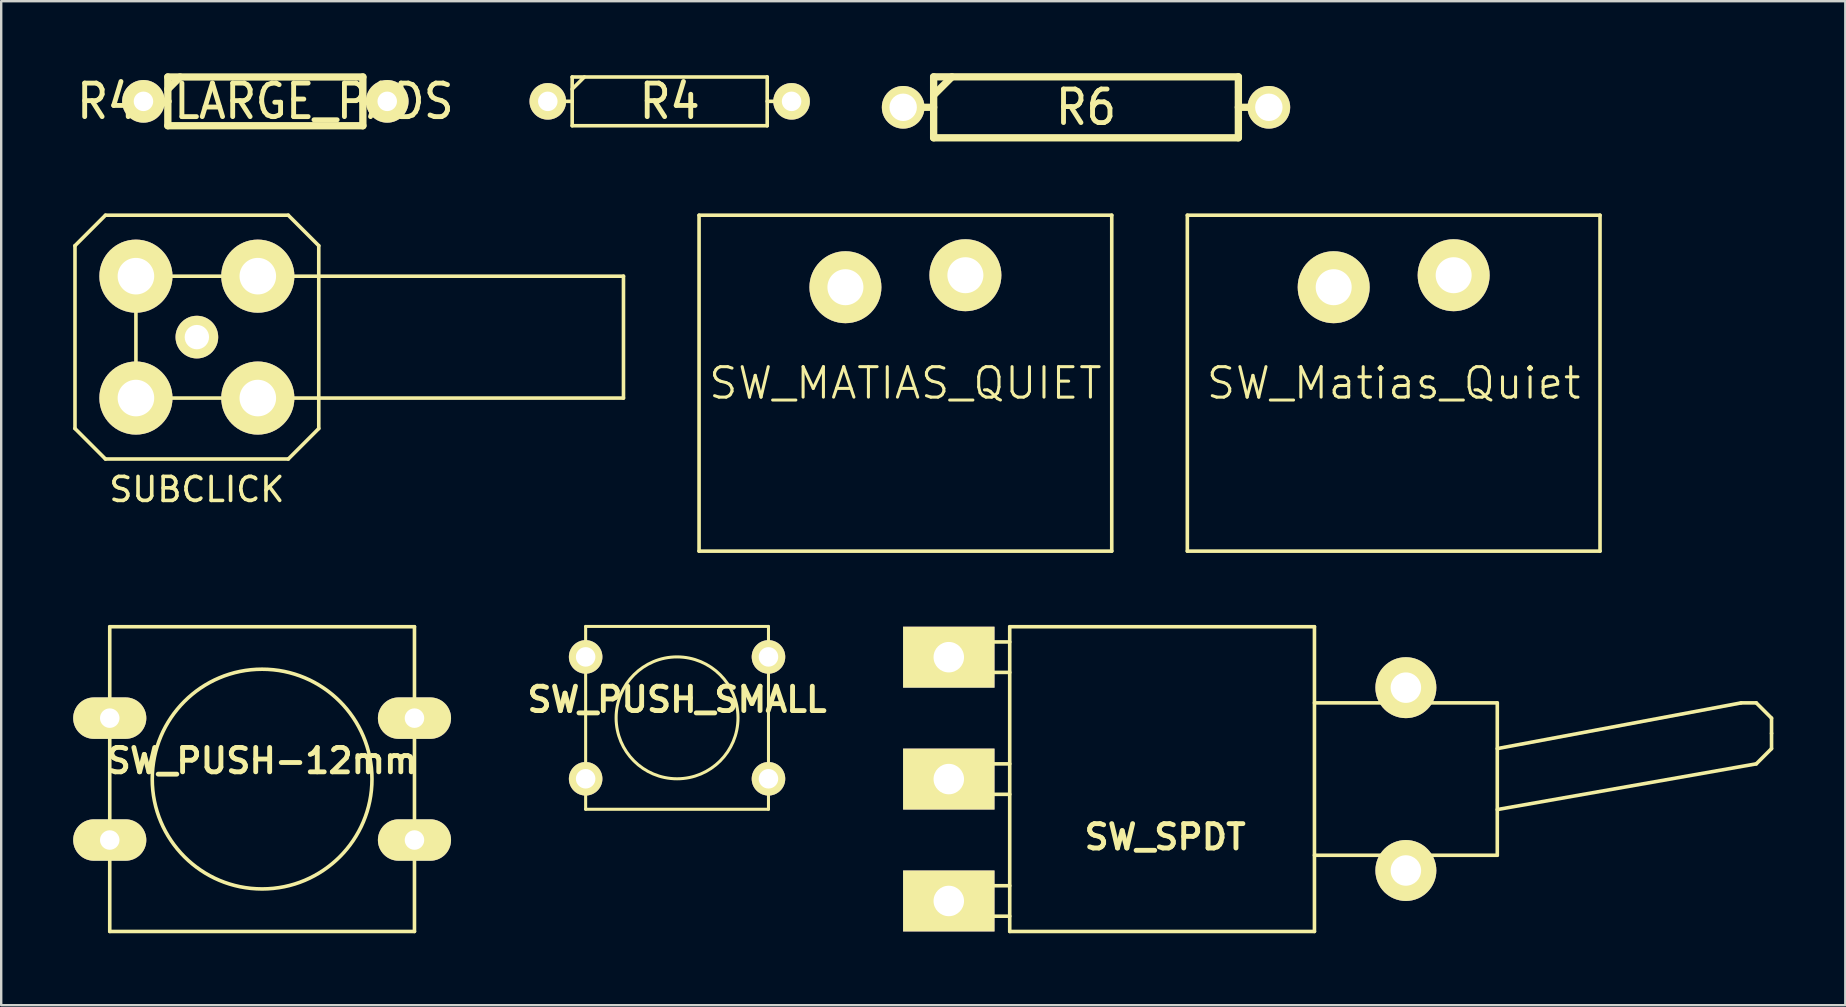
<source format=kicad_pcb>
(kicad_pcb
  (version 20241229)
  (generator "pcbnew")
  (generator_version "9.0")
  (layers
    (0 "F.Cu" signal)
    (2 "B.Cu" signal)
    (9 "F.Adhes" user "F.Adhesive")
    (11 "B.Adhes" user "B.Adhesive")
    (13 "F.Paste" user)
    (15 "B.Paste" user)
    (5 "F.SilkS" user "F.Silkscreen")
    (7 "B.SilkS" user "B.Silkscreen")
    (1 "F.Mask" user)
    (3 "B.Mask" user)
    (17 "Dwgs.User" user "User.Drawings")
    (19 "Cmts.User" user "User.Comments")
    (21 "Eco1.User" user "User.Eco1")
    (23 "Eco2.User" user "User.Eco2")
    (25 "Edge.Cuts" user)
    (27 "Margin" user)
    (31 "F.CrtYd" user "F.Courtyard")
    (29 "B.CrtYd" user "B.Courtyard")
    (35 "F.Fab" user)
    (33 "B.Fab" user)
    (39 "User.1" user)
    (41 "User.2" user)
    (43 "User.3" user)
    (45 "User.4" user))
  (footprint "R4"
    (layer "F.Cu")
    (at 24.861 1.174)
    (property "Reference" "R4" (at 0 0 0) (layer "F.SilkS") (effects (font (size 1.397 1.27) (thickness 0.203))))
    (attr through_hole)
    (fp_line (start -5.08 0) (end -4.064 0) (stroke (width 0.15) (type solid)) (layer "F.SilkS"))
    (fp_line (start -4.064 -1.016) (end 4.064 -1.016) (stroke (width 0.15) (type solid)) (layer "F.SilkS"))
    (fp_line (start -4.064 -0.508) (end -3.556 -1.016) (stroke (width 0.15) (type solid)) (layer "F.SilkS"))
    (fp_line (start -4.064 0) (end -4.064 -1.016) (stroke (width 0.15) (type solid)) (layer "F.SilkS"))
    (fp_line (start -4.064 1.016) (end -4.064 0) (stroke (width 0.15) (type solid)) (layer "F.SilkS"))
    (fp_line (start 4.064 -1.016) (end 4.064 1.016) (stroke (width 0.15) (type solid)) (layer "F.SilkS"))
    (fp_line (start 4.064 1.016) (end -4.064 1.016) (stroke (width 0.15) (type solid)) (layer "F.SilkS"))
    (fp_line (start 5.08 0) (end 4.064 0) (stroke (width 0.15) (type solid)) (layer "F.SilkS"))
    (pad "1" thru_hole circle (at -5.08 0) (size 1.524 1.524) (drill 0.813) (layers "*.Cu" "*.Mask" "F.SilkS"))
    (pad "2" thru_hole circle (at 5.08 0) (size 1.524 1.524) (drill 0.813) (layers "*.Cu" "*.Mask" "F.SilkS")))
  (footprint "SW_PUSH_SMALL"
    (layer "F.Cu")
    (at 25.168 26.868)
    (property "Reference" "SW_PUSH_SMALL" (at 0 -0.762 0) (layer "F.SilkS") (effects (font (size 1.016 1.016) (thickness 0.203))))
    (attr through_hole)
    (fp_line (start -3.81 -3.81) (end -3.81 3.81) (stroke (width 0.127) (type solid)) (layer "F.SilkS"))
    (fp_line (start -3.81 -3.81) (end 3.81 -3.81) (stroke (width 0.127) (type solid)) (layer "F.SilkS"))
    (fp_line (start 3.81 -3.81) (end 3.81 3.81) (stroke (width 0.127) (type solid)) (layer "F.SilkS"))
    (fp_line (start 3.81 3.81) (end -3.81 3.81) (stroke (width 0.127) (type solid)) (layer "F.SilkS"))
    (fp_circle (center 0 0) (end 0 -2.54) (stroke (width 0.127) (type solid)) (fill no) (layer "F.SilkS"))
    (pad "1" thru_hole circle (at -3.81 -2.54) (size 1.397 1.397) (drill 0.813) (layers "*.Cu" "*.Mask" "F.SilkS"))
    (pad "1" thru_hole circle (at 3.81 -2.54) (size 1.397 1.397) (drill 0.813) (layers "*.Cu" "*.Mask" "F.SilkS"))
    (pad "2" thru_hole circle (at -3.81 2.54) (size 1.397 1.397) (drill 0.813) (layers "*.Cu" "*.Mask" "F.SilkS"))
    (pad "2" thru_hole circle (at 3.81 2.54) (size 1.397 1.397) (drill 0.813) (layers "*.Cu" "*.Mask" "F.SilkS")))
  (footprint "R4-LARGE_PADS"
    (layer "F.Cu")
    (at 8.009 1.174)
    (property "Reference" "R4-LARGE_PADS" (at 0 0 0) (layer "F.SilkS") (effects (font (size 1.397 1.27) (thickness 0.203))))
    (attr through_hole)
    (fp_line (start -5.08 0) (end -4.064 0) (stroke (width 0.305) (type solid)) (layer "F.SilkS"))
    (fp_line (start -4.064 -1.016) (end 4.064 -1.016) (stroke (width 0.305) (type solid)) (layer "F.SilkS"))
    (fp_line (start -4.064 -0.508) (end -3.556 -1.016) (stroke (width 0.305) (type solid)) (layer "F.SilkS"))
    (fp_line (start -4.064 0) (end -4.064 -1.016) (stroke (width 0.305) (type solid)) (layer "F.SilkS"))
    (fp_line (start -4.064 1.016) (end -4.064 0) (stroke (width 0.305) (type solid)) (layer "F.SilkS"))
    (fp_line (start 4.064 -1.016) (end 4.064 1.016) (stroke (width 0.305) (type solid)) (layer "F.SilkS"))
    (fp_line (start 4.064 1.016) (end -4.064 1.016) (stroke (width 0.305) (type solid)) (layer "F.SilkS"))
    (fp_line (start 5.08 0) (end 4.064 0) (stroke (width 0.305) (type solid)) (layer "F.SilkS"))
    (pad "1" thru_hole circle (at -5.08 0) (size 1.778 1.778) (drill 0.813) (layers "*.Cu" "*.Mask" "F.SilkS"))
    (pad "2" thru_hole circle (at 5.08 0) (size 1.778 1.778) (drill 0.813) (layers "*.Cu" "*.Mask" "F.SilkS")))
  (footprint "SW_PUSH-12mm"
    (layer "F.Cu")
    (at 7.874 29.42)
    (property "Reference" "SW_PUSH-12mm" (at 0 -0.762 0) (layer "F.SilkS") (effects (font (size 1.016 1.016) (thickness 0.203))))
    (attr through_hole)
    (fp_line (start -6.35 -6.35) (end 6.35 -6.35) (stroke (width 0.15) (type solid)) (layer "F.SilkS"))
    (fp_line (start -6.35 6.35) (end -6.35 -6.35) (stroke (width 0.15) (type solid)) (layer "F.SilkS"))
    (fp_line (start 6.35 -6.35) (end 6.35 6.35) (stroke (width 0.15) (type solid)) (layer "F.SilkS"))
    (fp_line (start 6.35 6.35) (end -6.35 6.35) (stroke (width 0.15) (type solid)) (layer "F.SilkS"))
    (fp_circle (center 0 0) (end 3.81 2.54) (stroke (width 0.15) (type solid)) (fill no) (layer "F.SilkS"))
    (pad "1" thru_hole oval (at -6.35 -2.54) (size 3.048 1.727) (drill 0.813) (layers "*.Cu" "*.Mask" "F.SilkS"))
    (pad "1" thru_hole oval (at 6.35 -2.54) (size 3.048 1.727) (drill 0.813) (layers "*.Cu" "*.Mask" "F.SilkS"))
    (pad "2" thru_hole oval (at -6.35 2.54) (size 3.048 1.727) (drill 0.813) (layers "*.Cu" "*.Mask" "F.SilkS"))
    (pad "2" thru_hole oval (at 6.35 2.54) (size 3.048 1.727) (drill 0.813) (layers "*.Cu" "*.Mask" "F.SilkS")))
  (footprint "SUBCLICK"
    (layer "F.Cu")
    (at 5.155 11)
    (property "Reference" "SUBCLICK" (at 0 6.35 0) (layer "F.SilkS") (effects (font (size 1 1) (thickness 0.15))))
    (attr through_hole)
    (fp_line (start -5.08 -3.81) (end -3.81 -5.08) (stroke (width 0.15) (type solid)) (layer "F.SilkS"))
    (fp_line (start -5.08 3.81) (end -5.08 -3.81) (stroke (width 0.15) (type solid)) (layer "F.SilkS"))
    (fp_line (start -3.81 -5.08) (end 3.81 -5.08) (stroke (width 0.15) (type solid)) (layer "F.SilkS"))
    (fp_line (start -3.81 5.08) (end -5.08 3.81) (stroke (width 0.15) (type solid)) (layer "F.SilkS"))
    (fp_line (start -2.54 -1.27) (end -1.27 -2.54) (stroke (width 0.15) (type solid)) (layer "F.SilkS"))
    (fp_line (start -2.54 1.27) (end -2.54 -1.27) (stroke (width 0.15) (type solid)) (layer "F.SilkS"))
    (fp_line (start -1.27 -2.54) (end 17.78 -2.54) (stroke (width 0.15) (type solid)) (layer "F.SilkS"))
    (fp_line (start -1.27 2.54) (end -2.54 1.27) (stroke (width 0.15) (type solid)) (layer "F.SilkS"))
    (fp_line (start 3.81 -5.08) (end 5.08 -3.81) (stroke (width 0.15) (type solid)) (layer "F.SilkS"))
    (fp_line (start 3.81 5.08) (end -3.81 5.08) (stroke (width 0.15) (type solid)) (layer "F.SilkS"))
    (fp_line (start 5.08 -3.81) (end 5.08 3.81) (stroke (width 0.15) (type solid)) (layer "F.SilkS"))
    (fp_line (start 5.08 3.81) (end 3.81 5.08) (stroke (width 0.15) (type solid)) (layer "F.SilkS"))
    (fp_line (start 17.78 -2.54) (end 17.78 2.54) (stroke (width 0.15) (type solid)) (layer "F.SilkS"))
    (fp_line (start 17.78 2.54) (end -1.27 2.54) (stroke (width 0.15) (type solid)) (layer "F.SilkS"))
    (pad "1" thru_hole circle (at 0 0) (size 1.778 1.778) (drill 1.016) (layers "*.Cu" "*.Mask" "F.SilkS"))
    (pad "2" thru_hole circle (at -2.54 -2.54) (size 3.048 3.048) (drill 1.524) (layers "*.Cu" "*.Mask" "F.SilkS"))
    (pad "2" thru_hole circle (at -2.54 2.54) (size 3.048 3.048) (drill 1.524) (layers "*.Cu" "*.Mask" "F.SilkS"))
    (pad "2" thru_hole circle (at 2.54 -2.54) (size 3.048 3.048) (drill 1.524) (layers "*.Cu" "*.Mask" "F.SilkS"))
    (pad "2" thru_hole circle (at 2.54 2.54) (size 3.048 3.048) (drill 1.524) (layers "*.Cu" "*.Mask" "F.SilkS")))
  (footprint "SW_MATIAS_QUIET"
    (layer "F.Cu")
    (at 34.685 12.92)
    (property "Reference" "SW_MATIAS_QUIET" (at 0 0 0) (layer "F.SilkS") (effects (font (size 1.27 1.27) (thickness 0.127))))
    (attr through_hole)
    (fp_line (start -8.6 -7) (end 8.6 -7) (stroke (width 0.15) (type solid)) (layer "F.SilkS"))
    (fp_line (start -8.6 7) (end -8.6 -7) (stroke (width 0.15) (type solid)) (layer "F.SilkS"))
    (fp_line (start 8.6 -7) (end 8.6 7) (stroke (width 0.15) (type solid)) (layer "F.SilkS"))
    (fp_line (start 8.6 7) (end -8.6 7) (stroke (width 0.15) (type solid)) (layer "F.SilkS"))
    (pad "1" thru_hole circle (at -2.5 -4) (size 3 3) (drill 1.5) (layers "*.Cu" "*.Mask" "F.SilkS"))
    (pad "2" thru_hole circle (at 2.5 -4.5) (size 3 3) (drill 1.5) (layers "*.Cu" "*.Mask" "F.SilkS")))
  (footprint "R6"
    (layer "F.Cu")
    (at 42.212 1.422)
    (property "Reference" "R6" (at 0 0 0) (layer "F.SilkS") (effects (font (size 1.397 1.27) (thickness 0.203))))
    (attr through_hole)
    (fp_line (start -7.62 0) (end -6.35 0) (stroke (width 0.305) (type solid)) (layer "F.SilkS"))
    (fp_line (start -6.35 -1.27) (end -6.35 1.27) (stroke (width 0.305) (type solid)) (layer "F.SilkS"))
    (fp_line (start -6.35 -1.27) (end 6.35 -1.27) (stroke (width 0.305) (type solid)) (layer "F.SilkS"))
    (fp_line (start -6.35 -0.508) (end -5.588 -1.27) (stroke (width 0.305) (type solid)) (layer "F.SilkS"))
    (fp_line (start 6.35 -1.27) (end 6.35 1.27) (stroke (width 0.305) (type solid)) (layer "F.SilkS"))
    (fp_line (start 6.35 0) (end 7.62 0) (stroke (width 0.305) (type solid)) (layer "F.SilkS"))
    (fp_line (start 6.35 1.27) (end -6.35 1.27) (stroke (width 0.305) (type solid)) (layer "F.SilkS"))
    (pad "1" thru_hole circle (at -7.62 0) (size 1.778 1.778) (drill 1.143) (layers "*.Cu" "*.Mask" "F.SilkS"))
    (pad "2" thru_hole circle (at 7.62 0) (size 1.778 1.778) (drill 1.143) (layers "*.Cu" "*.Mask" "F.SilkS")))
  (footprint "SW_Matias_Quiet"
    (layer "F.Cu")
    (at 52.535 8.92)
    (property "Reference" "SW_Matias_Quiet" (at 2.5 4 0) (layer "F.SilkS") (effects (font (size 1.27 1.27) (thickness 0.127))))
    (attr through_hole)
    (fp_line (start -6.1 -3) (end 11.1 -3) (stroke (width 0.15) (type solid)) (layer "F.SilkS"))
    (fp_line (start -6.1 11) (end -6.1 -3) (stroke (width 0.15) (type solid)) (layer "F.SilkS"))
    (fp_line (start 11.1 -3) (end 11.1 11) (stroke (width 0.15) (type solid)) (layer "F.SilkS"))
    (fp_line (start 11.1 11) (end -6.1 11) (stroke (width 0.15) (type solid)) (layer "F.SilkS"))
    (pad "1" thru_hole circle (at 0 0) (size 3 3) (drill 1.5) (layers "*.Cu" "*.Mask" "F.SilkS"))
    (pad "2" thru_hole circle (at 5 -0.5) (size 3 3) (drill 1.5) (layers "*.Cu" "*.Mask" "F.SilkS")))
  (footprint "SW_SPDT"
    (layer "F.Cu")
    (at 36.493 29.42)
    (property "Reference" "SW_SPDT" (at 9.017 2.413 180) (layer "F.SilkS") (effects (font (size 1.016 1.016) (thickness 0.203))))
    (attr through_hole)
    (fp_line (start -1.27 -5.715) (end -1.27 -5.08) (stroke (width 0.15) (type solid)) (layer "F.SilkS"))
    (fp_line (start -1.27 -5.715) (end 2.54 -5.715) (stroke (width 0.15) (type solid)) (layer "F.SilkS"))
    (fp_line (start -1.27 -5.08) (end -1.27 -4.445) (stroke (width 0.15) (type solid)) (layer "F.SilkS"))
    (fp_line (start -1.27 -4.445) (end 2.54 -4.445) (stroke (width 0.15) (type solid)) (layer "F.SilkS"))
    (fp_line (start -1.27 -0.635) (end -1.27 0.635) (stroke (width 0.15) (type solid)) (layer "F.SilkS"))
    (fp_line (start -1.27 0.635) (end 2.54 0.635) (stroke (width 0.15) (type solid)) (layer "F.SilkS"))
    (fp_line (start -1.27 4.445) (end -1.27 5.715) (stroke (width 0.15) (type solid)) (layer "F.SilkS"))
    (fp_line (start -1.27 5.715) (end 2.54 5.715) (stroke (width 0.15) (type solid)) (layer "F.SilkS"))
    (fp_line (start 2.54 -6.35) (end 2.54 6.35) (stroke (width 0.15) (type solid)) (layer "F.SilkS"))
    (fp_line (start 2.54 -0.635) (end -1.27 -0.635) (stroke (width 0.15) (type solid)) (layer "F.SilkS"))
    (fp_line (start 2.54 4.445) (end -1.27 4.445) (stroke (width 0.15) (type solid)) (layer "F.SilkS"))
    (fp_line (start 2.54 6.35) (end 15.24 6.35) (stroke (width 0.15) (type solid)) (layer "F.SilkS"))
    (fp_line (start 15.24 -6.35) (end 2.54 -6.35) (stroke (width 0.15) (type solid)) (layer "F.SilkS"))
    (fp_line (start 15.24 -3.175) (end 22.86 -3.175) (stroke (width 0.15) (type solid)) (layer "F.SilkS"))
    (fp_line (start 15.24 6.35) (end 15.24 -6.35) (stroke (width 0.15) (type solid)) (layer "F.SilkS"))
    (fp_line (start 22.86 -3.175) (end 22.86 3.175) (stroke (width 0.15) (type solid)) (layer "F.SilkS"))
    (fp_line (start 22.86 -1.27) (end 33.02 -3.175) (stroke (width 0.15) (type solid)) (layer "F.SilkS"))
    (fp_line (start 22.86 3.175) (end 15.24 3.175) (stroke (width 0.15) (type solid)) (layer "F.SilkS"))
    (fp_line (start 33.02 -3.175) (end 33.655 -3.175) (stroke (width 0.15) (type solid)) (layer "F.SilkS"))
    (fp_line (start 33.655 -3.175) (end 34.29 -2.54) (stroke (width 0.15) (type solid)) (layer "F.SilkS"))
    (fp_line (start 33.655 -0.635) (end 22.86 1.27) (stroke (width 0.15) (type solid)) (layer "F.SilkS"))
    (fp_line (start 34.29 -2.54) (end 34.29 -1.905) (stroke (width 0.15) (type solid)) (layer "F.SilkS"))
    (fp_line (start 34.29 -1.905) (end 34.29 -1.27) (stroke (width 0.15) (type solid)) (layer "F.SilkS"))
    (fp_line (start 34.29 -1.27) (end 33.655 -0.635) (stroke (width 0.15) (type solid)) (layer "F.SilkS"))
    (pad "1" thru_hole rect (at 0 -5.08) (size 3.81 2.54) (drill 1.27) (layers "*.Cu" "*.Mask" "F.SilkS"))
    (pad "2" thru_hole rect (at 0 0) (size 3.81 2.54) (drill 1.27) (layers "*.Cu" "*.Mask" "F.SilkS"))
    (pad "3" thru_hole rect (at 0 5.08) (size 3.81 2.54) (drill 1.27) (layers "*.Cu" "*.Mask" "F.SilkS"))
    (pad "H1" thru_hole circle (at 19.05 -3.81) (size 2.54 2.54) (drill 1.27) (layers "*.Cu" "*.Mask" "F.SilkS"))
    (pad "H2" thru_hole circle (at 19.05 3.81) (size 2.54 2.54) (drill 1.27) (layers "*.Cu" "*.Mask" "F.SilkS")))
  (gr_rect
    (start -3 -3)
    (end 73.858 38.845)
    (stroke (width 0.1) (type default))
    (fill no)
    (layer "Edge.Cuts")))
</source>
